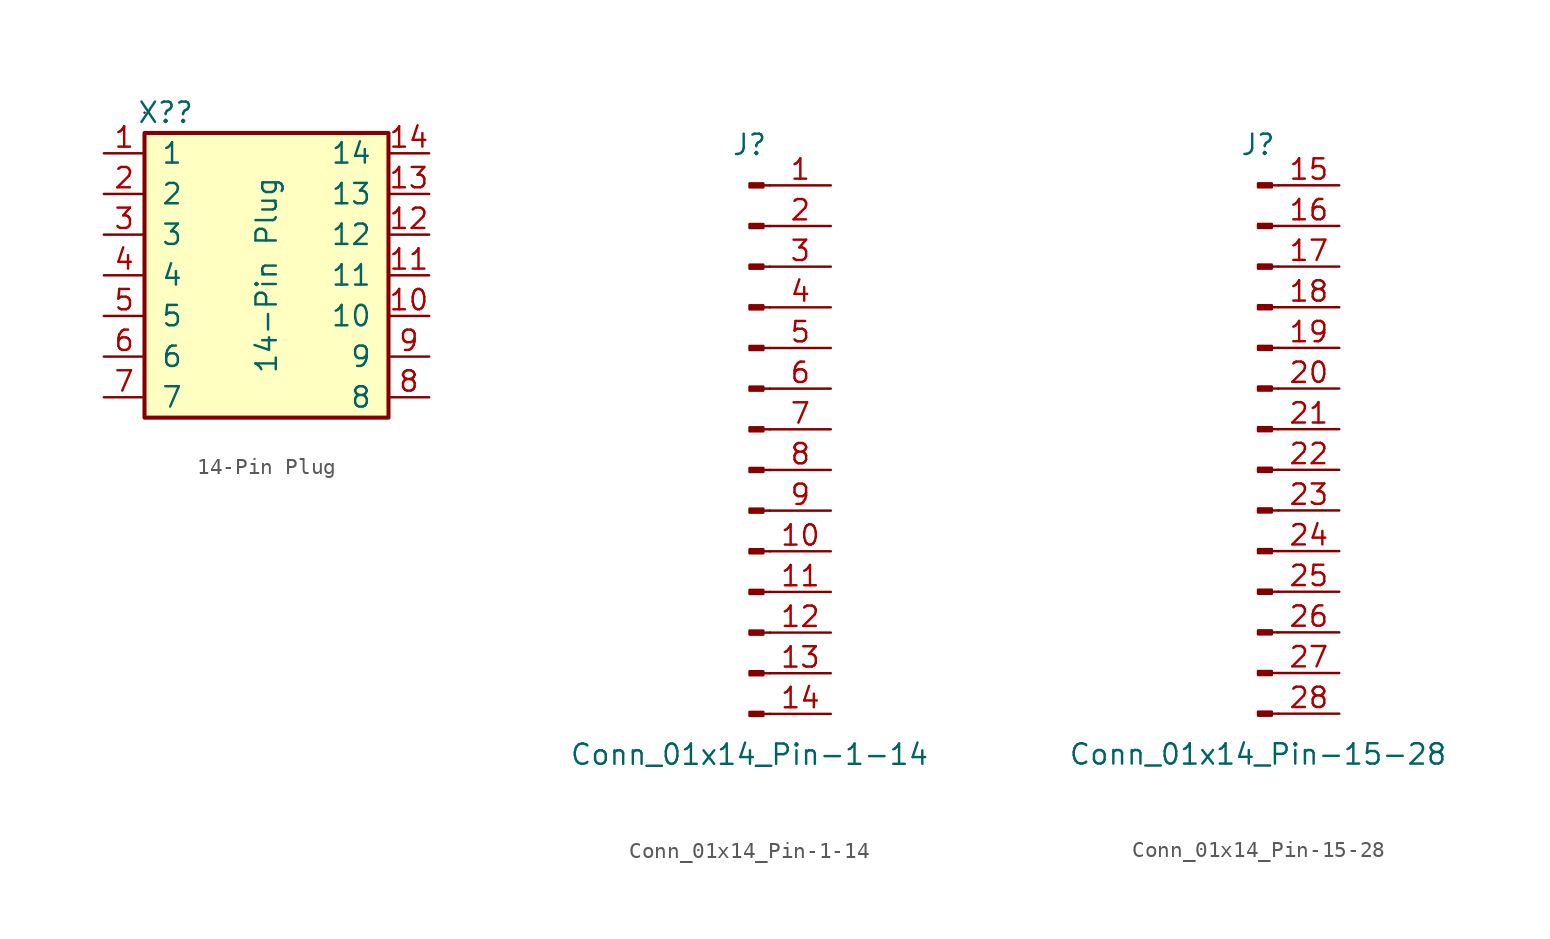
<source format=kicad_sym>
(kicad_symbol_lib
  (version 20220914)
  (generator kicad_symbol_editor)
  (symbol "14-Pin Plug"
    (pin_names
      (offset 1.016))
    (property "Reference" "X?"
      (at -6.299 10.16 0)
      (effects (font (size 1.27 1.27))))
    (property "Value" "14-Pin Plug"
      (at 0 0 90)
      (effects (font (size 1.27 1.27))))
    (symbol "14-Pin Plug_0_1"
      (rectangle (start -7.62 8.89) (end 7.62 -8.89) (stroke (width 0.254) (type default)) (fill (type background)))
      (rectangle (start -7.62 10.16) (end -7.62 10.16) (stroke (width 0) (type default)) (fill (type none))))
    (symbol "14-Pin Plug_1_1"
      (pin passive line (at -10.16 7.62 0) (length 2.54) (name "1" (effects (font (size 1.27 1.27)))) (number "1" (effects (font (size 1.27 1.27)))))
      (pin passive line (at 10.16 -2.54 180) (length 2.54) (name "10" (effects (font (size 1.27 1.27)))) (number "10" (effects (font (size 1.27 1.27)))))
      (pin passive line (at 10.16 0 180) (length 2.54) (name "11" (effects (font (size 1.27 1.27)))) (number "11" (effects (font (size 1.27 1.27)))))
      (pin passive line (at 10.16 2.54 180) (length 2.54) (name "12" (effects (font (size 1.27 1.27)))) (number "12" (effects (font (size 1.27 1.27)))))
      (pin passive line (at 10.16 5.08 180) (length 2.54) (name "13" (effects (font (size 1.27 1.27)))) (number "13" (effects (font (size 1.27 1.27)))))
      (pin passive line (at 10.16 7.62 180) (length 2.54) (name "14" (effects (font (size 1.27 1.27)))) (number "14" (effects (font (size 1.27 1.27)))))
      (pin passive line (at -10.16 5.08 0) (length 2.54) (name "2" (effects (font (size 1.27 1.27)))) (number "2" (effects (font (size 1.27 1.27)))))
      (pin passive line (at -10.16 2.54 0) (length 2.54) (name "3" (effects (font (size 1.27 1.27)))) (number "3" (effects (font (size 1.27 1.27)))))
      (pin passive line (at -10.16 0 0) (length 2.54) (name "4" (effects (font (size 1.27 1.27)))) (number "4" (effects (font (size 1.27 1.27)))))
      (pin passive line (at -10.16 -2.54 0) (length 2.54) (name "5" (effects (font (size 1.27 1.27)))) (number "5" (effects (font (size 1.27 1.27)))))
      (pin passive line (at -10.16 -5.08 0) (length 2.54) (name "6" (effects (font (size 1.27 1.27)))) (number "6" (effects (font (size 1.27 1.27)))))
      (pin passive line (at -10.16 -7.62 0) (length 2.54) (name "7" (effects (font (size 1.27 1.27)))) (number "7" (effects (font (size 1.27 1.27)))))
      (pin passive line (at 10.16 -7.62 180) (length 2.54) (name "8" (effects (font (size 1.27 1.27)))) (number "8" (effects (font (size 1.27 1.27)))))
      (pin passive line (at 10.16 -5.08 180) (length 2.54) (name "9" (effects (font (size 1.27 1.27)))) (number "9" (effects (font (size 1.27 1.27)))))))
  (symbol "Conn_01x14_Pin-1-14"
    (pin_names
      (offset 1.016) hide)
    (property "Reference" "J"
      (at 0 17.78 0)
      (effects (font (size 1.27 1.27))))
    (property "Value" "Conn_01x14_Pin-1-14"
      (at 0 -20.32 0)
      (effects (font (size 1.27 1.27))))
    (symbol "Conn_01x14_Pin-1-14_1_1"
      (polyline (pts (xy 1.27 -17.78) (xy 0.864 -17.78)) (stroke (width 0.152) (type default)) (fill (type none)))
      (polyline (pts (xy 1.27 -15.24) (xy 0.864 -15.24)) (stroke (width 0.152) (type default)) (fill (type none)))
      (polyline (pts (xy 1.27 -12.7) (xy 0.864 -12.7)) (stroke (width 0.152) (type default)) (fill (type none)))
      (polyline (pts (xy 1.27 -10.16) (xy 0.864 -10.16)) (stroke (width 0.152) (type default)) (fill (type none)))
      (polyline (pts (xy 1.27 -7.62) (xy 0.864 -7.62)) (stroke (width 0.152) (type default)) (fill (type none)))
      (polyline (pts (xy 1.27 -5.08) (xy 0.864 -5.08)) (stroke (width 0.152) (type default)) (fill (type none)))
      (polyline (pts (xy 1.27 -2.54) (xy 0.864 -2.54)) (stroke (width 0.152) (type default)) (fill (type none)))
      (polyline (pts (xy 1.27 0) (xy 0.864 0)) (stroke (width 0.152) (type default)) (fill (type none)))
      (polyline (pts (xy 1.27 2.54) (xy 0.864 2.54)) (stroke (width 0.152) (type default)) (fill (type none)))
      (polyline (pts (xy 1.27 5.08) (xy 0.864 5.08)) (stroke (width 0.152) (type default)) (fill (type none)))
      (polyline (pts (xy 1.27 7.62) (xy 0.864 7.62)) (stroke (width 0.152) (type default)) (fill (type none)))
      (polyline (pts (xy 1.27 10.16) (xy 0.864 10.16)) (stroke (width 0.152) (type default)) (fill (type none)))
      (polyline (pts (xy 1.27 12.7) (xy 0.864 12.7)) (stroke (width 0.152) (type default)) (fill (type none)))
      (polyline (pts (xy 1.27 15.24) (xy 0.864 15.24)) (stroke (width 0.152) (type default)) (fill (type none)))
      (rectangle (start 0.864 -17.653) (end 0 -17.907) (stroke (width 0.152) (type default)) (fill (type outline)))
      (rectangle (start 0.864 -15.113) (end 0 -15.367) (stroke (width 0.152) (type default)) (fill (type outline)))
      (rectangle (start 0.864 -12.573) (end 0 -12.827) (stroke (width 0.152) (type default)) (fill (type outline)))
      (rectangle (start 0.864 -10.033) (end 0 -10.287) (stroke (width 0.152) (type default)) (fill (type outline)))
      (rectangle (start 0.864 -7.493) (end 0 -7.747) (stroke (width 0.152) (type default)) (fill (type outline)))
      (rectangle (start 0.864 -4.953) (end 0 -5.207) (stroke (width 0.152) (type default)) (fill (type outline)))
      (rectangle (start 0.864 -2.413) (end 0 -2.667) (stroke (width 0.152) (type default)) (fill (type outline)))
      (rectangle (start 0.864 0.127) (end 0 -0.127) (stroke (width 0.152) (type default)) (fill (type outline)))
      (rectangle (start 0.864 2.667) (end 0 2.413) (stroke (width 0.152) (type default)) (fill (type outline)))
      (rectangle (start 0.864 5.207) (end 0 4.953) (stroke (width 0.152) (type default)) (fill (type outline)))
      (rectangle (start 0.864 7.747) (end 0 7.493) (stroke (width 0.152) (type default)) (fill (type outline)))
      (rectangle (start 0.864 10.287) (end 0 10.033) (stroke (width 0.152) (type default)) (fill (type outline)))
      (rectangle (start 0.864 12.827) (end 0 12.573) (stroke (width 0.152) (type default)) (fill (type outline)))
      (rectangle (start 0.864 15.367) (end 0 15.113) (stroke (width 0.152) (type default)) (fill (type outline)))
      (pin passive line (at 5.08 15.24 180) (length 3.81) (name "Pin_1" (effects (font (size 1.27 1.27)))) (number "1" (effects (font (size 1.27 1.27)))))
      (pin passive line (at 5.08 -7.62 180) (length 3.81) (name "Pin_10" (effects (font (size 1.27 1.27)))) (number "10" (effects (font (size 1.27 1.27)))))
      (pin passive line (at 5.08 -10.16 180) (length 3.81) (name "Pin_11" (effects (font (size 1.27 1.27)))) (number "11" (effects (font (size 1.27 1.27)))))
      (pin passive line (at 5.08 -12.7 180) (length 3.81) (name "Pin_12" (effects (font (size 1.27 1.27)))) (number "12" (effects (font (size 1.27 1.27)))))
      (pin passive line (at 5.08 -15.24 180) (length 3.81) (name "Pin_13" (effects (font (size 1.27 1.27)))) (number "13" (effects (font (size 1.27 1.27)))))
      (pin passive line (at 5.08 -17.78 180) (length 3.81) (name "Pin_14" (effects (font (size 1.27 1.27)))) (number "14" (effects (font (size 1.27 1.27)))))
      (pin passive line (at 5.08 12.7 180) (length 3.81) (name "Pin_2" (effects (font (size 1.27 1.27)))) (number "2" (effects (font (size 1.27 1.27)))))
      (pin passive line (at 5.08 10.16 180) (length 3.81) (name "Pin_3" (effects (font (size 1.27 1.27)))) (number "3" (effects (font (size 1.27 1.27)))))
      (pin passive line (at 5.08 7.62 180) (length 3.81) (name "Pin_4" (effects (font (size 1.27 1.27)))) (number "4" (effects (font (size 1.27 1.27)))))
      (pin passive line (at 5.08 5.08 180) (length 3.81) (name "Pin_5" (effects (font (size 1.27 1.27)))) (number "5" (effects (font (size 1.27 1.27)))))
      (pin passive line (at 5.08 2.54 180) (length 3.81) (name "Pin_6" (effects (font (size 1.27 1.27)))) (number "6" (effects (font (size 1.27 1.27)))))
      (pin passive line (at 5.08 0 180) (length 3.81) (name "Pin_7" (effects (font (size 1.27 1.27)))) (number "7" (effects (font (size 1.27 1.27)))))
      (pin passive line (at 5.08 -2.54 180) (length 3.81) (name "Pin_8" (effects (font (size 1.27 1.27)))) (number "8" (effects (font (size 1.27 1.27)))))
      (pin passive line (at 5.08 -5.08 180) (length 3.81) (name "Pin_9" (effects (font (size 1.27 1.27)))) (number "9" (effects (font (size 1.27 1.27)))))))
  (symbol "Conn_01x14_Pin-15-28"
    (pin_names
      (offset 1.016) hide)
    (property "Reference" "J"
      (at 0 17.78 0)
      (effects (font (size 1.27 1.27))))
    (property "Value" "Conn_01x14_Pin-15-28"
      (at 0 -20.32 0)
      (effects (font (size 1.27 1.27))))
    (symbol "Conn_01x14_Pin-15-28_1_1"
      (polyline (pts (xy 1.27 -17.78) (xy 0.864 -17.78)) (stroke (width 0.152) (type default)) (fill (type none)))
      (polyline (pts (xy 1.27 -15.24) (xy 0.864 -15.24)) (stroke (width 0.152) (type default)) (fill (type none)))
      (polyline (pts (xy 1.27 -12.7) (xy 0.864 -12.7)) (stroke (width 0.152) (type default)) (fill (type none)))
      (polyline (pts (xy 1.27 -10.16) (xy 0.864 -10.16)) (stroke (width 0.152) (type default)) (fill (type none)))
      (polyline (pts (xy 1.27 -7.62) (xy 0.864 -7.62)) (stroke (width 0.152) (type default)) (fill (type none)))
      (polyline (pts (xy 1.27 -5.08) (xy 0.864 -5.08)) (stroke (width 0.152) (type default)) (fill (type none)))
      (polyline (pts (xy 1.27 -2.54) (xy 0.864 -2.54)) (stroke (width 0.152) (type default)) (fill (type none)))
      (polyline (pts (xy 1.27 0) (xy 0.864 0)) (stroke (width 0.152) (type default)) (fill (type none)))
      (polyline (pts (xy 1.27 2.54) (xy 0.864 2.54)) (stroke (width 0.152) (type default)) (fill (type none)))
      (polyline (pts (xy 1.27 5.08) (xy 0.864 5.08)) (stroke (width 0.152) (type default)) (fill (type none)))
      (polyline (pts (xy 1.27 7.62) (xy 0.864 7.62)) (stroke (width 0.152) (type default)) (fill (type none)))
      (polyline (pts (xy 1.27 10.16) (xy 0.864 10.16)) (stroke (width 0.152) (type default)) (fill (type none)))
      (polyline (pts (xy 1.27 12.7) (xy 0.864 12.7)) (stroke (width 0.152) (type default)) (fill (type none)))
      (polyline (pts (xy 1.27 15.24) (xy 0.864 15.24)) (stroke (width 0.152) (type default)) (fill (type none)))
      (rectangle (start 0.864 -17.653) (end 0 -17.907) (stroke (width 0.152) (type default)) (fill (type outline)))
      (rectangle (start 0.864 -15.113) (end 0 -15.367) (stroke (width 0.152) (type default)) (fill (type outline)))
      (rectangle (start 0.864 -12.573) (end 0 -12.827) (stroke (width 0.152) (type default)) (fill (type outline)))
      (rectangle (start 0.864 -10.033) (end 0 -10.287) (stroke (width 0.152) (type default)) (fill (type outline)))
      (rectangle (start 0.864 -7.493) (end 0 -7.747) (stroke (width 0.152) (type default)) (fill (type outline)))
      (rectangle (start 0.864 -4.953) (end 0 -5.207) (stroke (width 0.152) (type default)) (fill (type outline)))
      (rectangle (start 0.864 -2.413) (end 0 -2.667) (stroke (width 0.152) (type default)) (fill (type outline)))
      (rectangle (start 0.864 0.127) (end 0 -0.127) (stroke (width 0.152) (type default)) (fill (type outline)))
      (rectangle (start 0.864 2.667) (end 0 2.413) (stroke (width 0.152) (type default)) (fill (type outline)))
      (rectangle (start 0.864 5.207) (end 0 4.953) (stroke (width 0.152) (type default)) (fill (type outline)))
      (rectangle (start 0.864 7.747) (end 0 7.493) (stroke (width 0.152) (type default)) (fill (type outline)))
      (rectangle (start 0.864 10.287) (end 0 10.033) (stroke (width 0.152) (type default)) (fill (type outline)))
      (rectangle (start 0.864 12.827) (end 0 12.573) (stroke (width 0.152) (type default)) (fill (type outline)))
      (rectangle (start 0.864 15.367) (end 0 15.113) (stroke (width 0.152) (type default)) (fill (type outline)))
      (pin passive line (at 5.08 15.24 180) (length 3.81) (name "Pin_1" (effects (font (size 1.27 1.27)))) (number "15" (effects (font (size 1.27 1.27)))))
      (pin passive line (at 5.08 12.7 180) (length 3.81) (name "Pin_2" (effects (font (size 1.27 1.27)))) (number "16" (effects (font (size 1.27 1.27)))))
      (pin passive line (at 5.08 10.16 180) (length 3.81) (name "Pin_3" (effects (font (size 1.27 1.27)))) (number "17" (effects (font (size 1.27 1.27)))))
      (pin passive line (at 5.08 7.62 180) (length 3.81) (name "Pin_4" (effects (font (size 1.27 1.27)))) (number "18" (effects (font (size 1.27 1.27)))))
      (pin passive line (at 5.08 5.08 180) (length 3.81) (name "Pin_5" (effects (font (size 1.27 1.27)))) (number "19" (effects (font (size 1.27 1.27)))))
      (pin passive line (at 5.08 2.54 180) (length 3.81) (name "Pin_6" (effects (font (size 1.27 1.27)))) (number "20" (effects (font (size 1.27 1.27)))))
      (pin passive line (at 5.08 0 180) (length 3.81) (name "Pin_7" (effects (font (size 1.27 1.27)))) (number "21" (effects (font (size 1.27 1.27)))))
      (pin passive line (at 5.08 -2.54 180) (length 3.81) (name "Pin_8" (effects (font (size 1.27 1.27)))) (number "22" (effects (font (size 1.27 1.27)))))
      (pin passive line (at 5.08 -5.08 180) (length 3.81) (name "Pin_9" (effects (font (size 1.27 1.27)))) (number "23" (effects (font (size 1.27 1.27)))))
      (pin passive line (at 5.08 -7.62 180) (length 3.81) (name "Pin_10" (effects (font (size 1.27 1.27)))) (number "24" (effects (font (size 1.27 1.27)))))
      (pin passive line (at 5.08 -10.16 180) (length 3.81) (name "Pin_11" (effects (font (size 1.27 1.27)))) (number "25" (effects (font (size 1.27 1.27)))))
      (pin passive line (at 5.08 -12.7 180) (length 3.81) (name "Pin_12" (effects (font (size 1.27 1.27)))) (number "26" (effects (font (size 1.27 1.27)))))
      (pin passive line (at 5.08 -15.24 180) (length 3.81) (name "Pin_13" (effects (font (size 1.27 1.27)))) (number "27" (effects (font (size 1.27 1.27)))))
      (pin passive line (at 5.08 -17.78 180) (length 3.81) (name "Pin_14" (effects (font (size 1.27 1.27)))) (number "28" (effects (font (size 1.27 1.27))))))))
</source>
